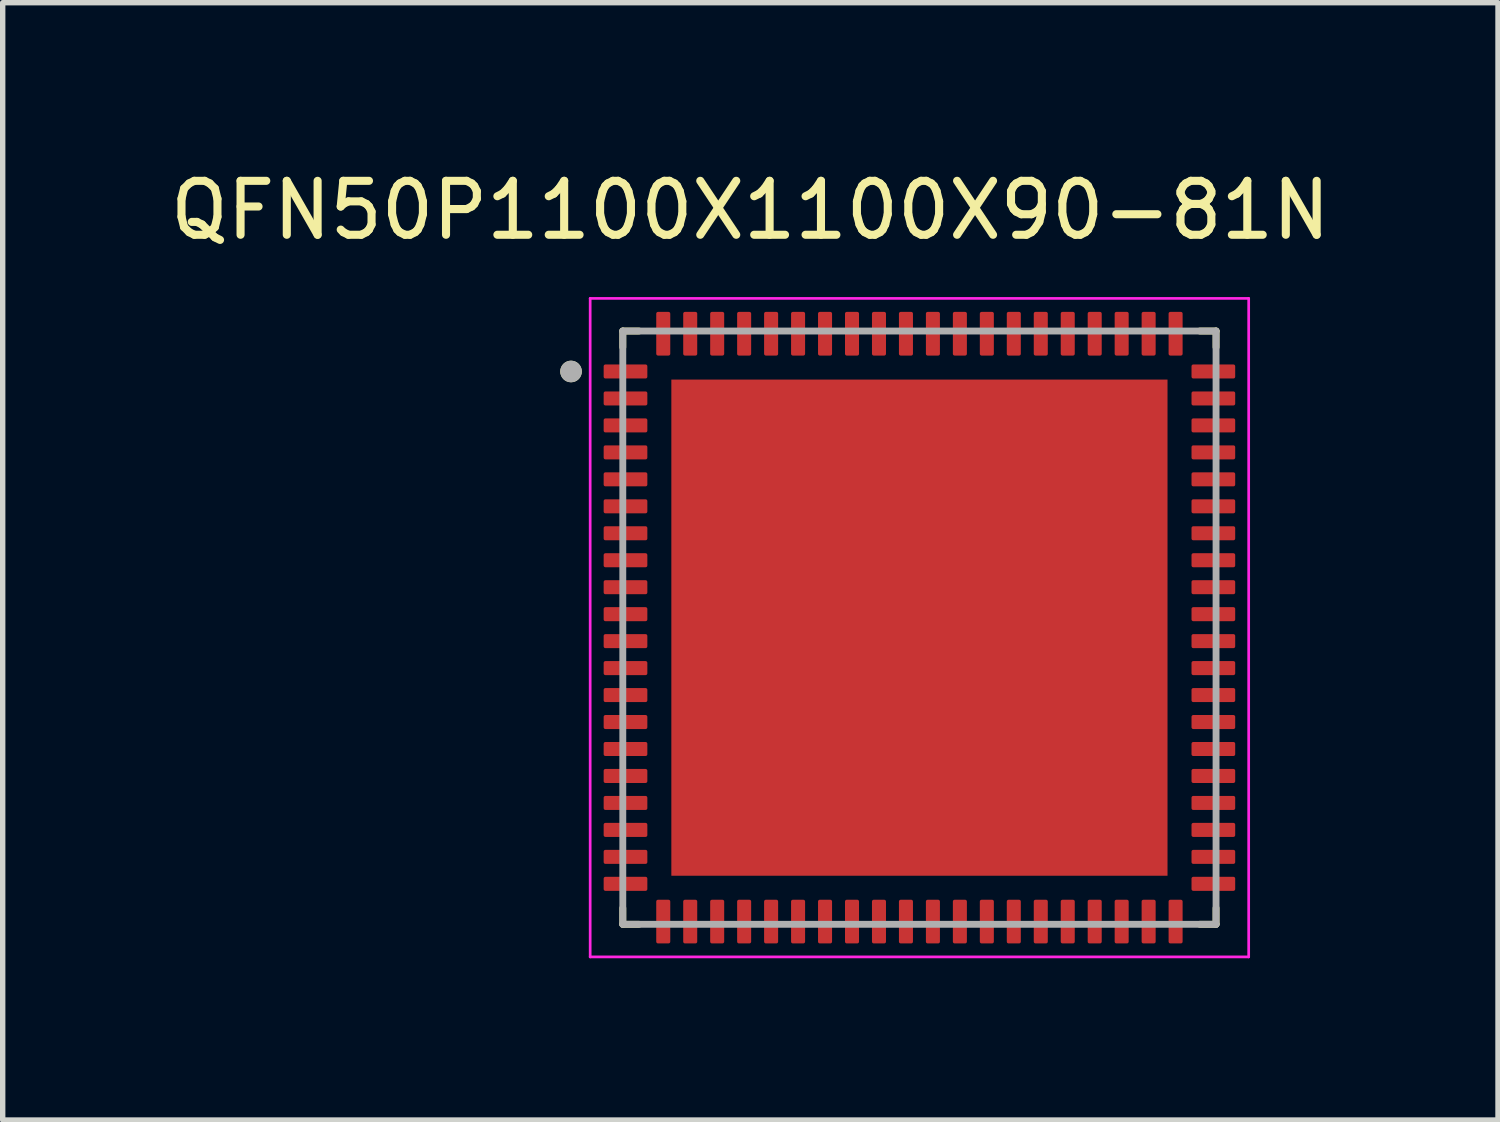
<source format=kicad_pcb>
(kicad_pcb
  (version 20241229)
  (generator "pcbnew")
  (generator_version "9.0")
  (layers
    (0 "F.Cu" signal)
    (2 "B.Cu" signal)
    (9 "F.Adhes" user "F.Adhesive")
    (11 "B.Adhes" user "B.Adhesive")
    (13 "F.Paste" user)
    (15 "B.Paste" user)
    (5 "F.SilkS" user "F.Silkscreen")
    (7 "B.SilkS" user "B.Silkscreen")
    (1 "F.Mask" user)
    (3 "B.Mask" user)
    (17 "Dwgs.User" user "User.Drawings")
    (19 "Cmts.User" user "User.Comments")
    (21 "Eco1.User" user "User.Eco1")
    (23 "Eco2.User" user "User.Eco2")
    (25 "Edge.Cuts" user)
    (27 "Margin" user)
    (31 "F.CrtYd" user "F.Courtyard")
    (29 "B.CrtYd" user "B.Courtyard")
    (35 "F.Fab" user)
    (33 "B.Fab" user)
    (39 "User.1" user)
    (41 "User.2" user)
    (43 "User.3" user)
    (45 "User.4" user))
  (footprint "QFN50P1100X1100X90-81N"
    (layer "F.Cu")
    (at 13.998 8.588)
    (property "Reference" "QFN50P1100X1100X90-81N" (at -3.135 -7.74 0) (layer "F.SilkS") (effects (font (size 1 1) (thickness 0.15))))
    (attr smd)
    (fp_line (start -5.5 -5.5) (end -5.5 -5.2) (stroke (width 0.127) (type solid)) (layer "F.SilkS"))
    (fp_line (start -5.5 -5.5) (end -5.2 -5.5) (stroke (width 0.127) (type solid)) (layer "F.SilkS"))
    (fp_line (start -5.5 5.5) (end -5.5 5.2) (stroke (width 0.127) (type solid)) (layer "F.SilkS"))
    (fp_line (start -5.5 5.5) (end -5.2 5.5) (stroke (width 0.127) (type solid)) (layer "F.SilkS"))
    (fp_line (start 5.5 -5.5) (end 5.2 -5.5) (stroke (width 0.127) (type solid)) (layer "F.SilkS"))
    (fp_line (start 5.5 -5.5) (end 5.5 -5.2) (stroke (width 0.127) (type solid)) (layer "F.SilkS"))
    (fp_line (start 5.5 5.5) (end 5.2 5.5) (stroke (width 0.127) (type solid)) (layer "F.SilkS"))
    (fp_line (start 5.5 5.5) (end 5.5 5.2) (stroke (width 0.127) (type solid)) (layer "F.SilkS"))
    (fp_circle (center -6.46 -4.75) (end -6.36 -4.75) (stroke (width 0.2) (type solid)) (fill no) (layer "F.SilkS"))
    (fp_poly (pts (xy -4.18 -4.18) (xy -2.72 -4.18) (xy -2.72 -2.72) (xy -4.18 -2.72)) (stroke (width 0.01) (type solid)) (fill yes) (layer "F.Paste"))
    (fp_poly (pts (xy -4.18 -1.88) (xy -2.72 -1.88) (xy -2.72 -0.42) (xy -4.18 -0.42)) (stroke (width 0.01) (type solid)) (fill yes) (layer "F.Paste"))
    (fp_poly (pts (xy -4.18 0.42) (xy -2.72 0.42) (xy -2.72 1.88) (xy -4.18 1.88)) (stroke (width 0.01) (type solid)) (fill yes) (layer "F.Paste"))
    (fp_poly (pts (xy -4.18 2.72) (xy -2.72 2.72) (xy -2.72 4.18) (xy -4.18 4.18)) (stroke (width 0.01) (type solid)) (fill yes) (layer "F.Paste"))
    (fp_poly (pts (xy -1.88 -4.18) (xy -0.42 -4.18) (xy -0.42 -2.72) (xy -1.88 -2.72)) (stroke (width 0.01) (type solid)) (fill yes) (layer "F.Paste"))
    (fp_poly (pts (xy -1.88 -1.88) (xy -0.42 -1.88) (xy -0.42 -0.42) (xy -1.88 -0.42)) (stroke (width 0.01) (type solid)) (fill yes) (layer "F.Paste"))
    (fp_poly (pts (xy -1.88 0.42) (xy -0.42 0.42) (xy -0.42 1.88) (xy -1.88 1.88)) (stroke (width 0.01) (type solid)) (fill yes) (layer "F.Paste"))
    (fp_poly (pts (xy -1.88 2.72) (xy -0.42 2.72) (xy -0.42 4.18) (xy -1.88 4.18)) (stroke (width 0.01) (type solid)) (fill yes) (layer "F.Paste"))
    (fp_poly (pts (xy 0.42 -4.18) (xy 1.88 -4.18) (xy 1.88 -2.72) (xy 0.42 -2.72)) (stroke (width 0.01) (type solid)) (fill yes) (layer "F.Paste"))
    (fp_poly (pts (xy 0.42 -1.88) (xy 1.88 -1.88) (xy 1.88 -0.42) (xy 0.42 -0.42)) (stroke (width 0.01) (type solid)) (fill yes) (layer "F.Paste"))
    (fp_poly (pts (xy 0.42 0.42) (xy 1.88 0.42) (xy 1.88 1.88) (xy 0.42 1.88)) (stroke (width 0.01) (type solid)) (fill yes) (layer "F.Paste"))
    (fp_poly (pts (xy 0.42 2.72) (xy 1.88 2.72) (xy 1.88 4.18) (xy 0.42 4.18)) (stroke (width 0.01) (type solid)) (fill yes) (layer "F.Paste"))
    (fp_poly (pts (xy 2.72 -4.18) (xy 4.18 -4.18) (xy 4.18 -2.72) (xy 2.72 -2.72)) (stroke (width 0.01) (type solid)) (fill yes) (layer "F.Paste"))
    (fp_poly (pts (xy 2.72 -1.88) (xy 4.18 -1.88) (xy 4.18 -0.42) (xy 2.72 -0.42)) (stroke (width 0.01) (type solid)) (fill yes) (layer "F.Paste"))
    (fp_poly (pts (xy 2.72 0.42) (xy 4.18 0.42) (xy 4.18 1.88) (xy 2.72 1.88)) (stroke (width 0.01) (type solid)) (fill yes) (layer "F.Paste"))
    (fp_poly (pts (xy 2.72 2.72) (xy 4.18 2.72) (xy 4.18 4.18) (xy 2.72 4.18)) (stroke (width 0.01) (type solid)) (fill yes) (layer "F.Paste"))
    (fp_line (start -6.105 -6.105) (end 6.105 -6.105) (stroke (width 0.05) (type solid)) (layer "F.CrtYd"))
    (fp_line (start -6.105 6.105) (end -6.105 -6.105) (stroke (width 0.05) (type solid)) (layer "F.CrtYd"))
    (fp_line (start -6.105 6.105) (end 6.105 6.105) (stroke (width 0.05) (type solid)) (layer "F.CrtYd"))
    (fp_line (start 6.105 6.105) (end 6.105 -6.105) (stroke (width 0.05) (type solid)) (layer "F.CrtYd"))
    (fp_line (start -5.5 5.5) (end -5.5 -5.5) (stroke (width 0.127) (type solid)) (layer "F.Fab"))
    (fp_line (start 5.5 -5.5) (end -5.5 -5.5) (stroke (width 0.127) (type solid)) (layer "F.Fab"))
    (fp_line (start 5.5 5.5) (end -5.5 5.5) (stroke (width 0.127) (type solid)) (layer "F.Fab"))
    (fp_line (start 5.5 5.5) (end 5.5 -5.5) (stroke (width 0.127) (type solid)) (layer "F.Fab"))
    (fp_circle (center -6.46 -4.75) (end -6.36 -4.75) (stroke (width 0.2) (type solid)) (fill no) (layer "F.Fab"))
    (pad "1" smd roundrect (at -5.45 -4.75) (size 0.81 0.26) (layers "F.Cu" "F.Mask" "F.Paste") (roundrect_rratio 0.125))
    (pad "2" smd roundrect (at -5.45 -4.25) (size 0.81 0.26) (layers "F.Cu" "F.Mask" "F.Paste") (roundrect_rratio 0.125))
    (pad "3" smd roundrect (at -5.45 -3.75) (size 0.81 0.26) (layers "F.Cu" "F.Mask" "F.Paste") (roundrect_rratio 0.125))
    (pad "4" smd roundrect (at -5.45 -3.25) (size 0.81 0.26) (layers "F.Cu" "F.Mask" "F.Paste") (roundrect_rratio 0.125))
    (pad "5" smd roundrect (at -5.45 -2.75) (size 0.81 0.26) (layers "F.Cu" "F.Mask" "F.Paste") (roundrect_rratio 0.125))
    (pad "6" smd roundrect (at -5.45 -2.25) (size 0.81 0.26) (layers "F.Cu" "F.Mask" "F.Paste") (roundrect_rratio 0.125))
    (pad "7" smd roundrect (at -5.45 -1.75) (size 0.81 0.26) (layers "F.Cu" "F.Mask" "F.Paste") (roundrect_rratio 0.125))
    (pad "8" smd roundrect (at -5.45 -1.25) (size 0.81 0.26) (layers "F.Cu" "F.Mask" "F.Paste") (roundrect_rratio 0.125))
    (pad "9" smd roundrect (at -5.45 -0.75) (size 0.81 0.26) (layers "F.Cu" "F.Mask" "F.Paste") (roundrect_rratio 0.125))
    (pad "10" smd roundrect (at -5.45 -0.25) (size 0.81 0.26) (layers "F.Cu" "F.Mask" "F.Paste") (roundrect_rratio 0.125))
    (pad "11" smd roundrect (at -5.45 0.25) (size 0.81 0.26) (layers "F.Cu" "F.Mask" "F.Paste") (roundrect_rratio 0.125))
    (pad "12" smd roundrect (at -5.45 0.75) (size 0.81 0.26) (layers "F.Cu" "F.Mask" "F.Paste") (roundrect_rratio 0.125))
    (pad "13" smd roundrect (at -5.45 1.25) (size 0.81 0.26) (layers "F.Cu" "F.Mask" "F.Paste") (roundrect_rratio 0.125))
    (pad "14" smd roundrect (at -5.45 1.75) (size 0.81 0.26) (layers "F.Cu" "F.Mask" "F.Paste") (roundrect_rratio 0.125))
    (pad "15" smd roundrect (at -5.45 2.25) (size 0.81 0.26) (layers "F.Cu" "F.Mask" "F.Paste") (roundrect_rratio 0.125))
    (pad "16" smd roundrect (at -5.45 2.75) (size 0.81 0.26) (layers "F.Cu" "F.Mask" "F.Paste") (roundrect_rratio 0.125))
    (pad "17" smd roundrect (at -5.45 3.25) (size 0.81 0.26) (layers "F.Cu" "F.Mask" "F.Paste") (roundrect_rratio 0.125))
    (pad "18" smd roundrect (at -5.45 3.75) (size 0.81 0.26) (layers "F.Cu" "F.Mask" "F.Paste") (roundrect_rratio 0.125))
    (pad "19" smd roundrect (at -5.45 4.25) (size 0.81 0.26) (layers "F.Cu" "F.Mask" "F.Paste") (roundrect_rratio 0.125))
    (pad "20" smd roundrect (at -5.45 4.75) (size 0.81 0.26) (layers "F.Cu" "F.Mask" "F.Paste") (roundrect_rratio 0.125))
    (pad "21" smd roundrect (at -4.75 5.45) (size 0.26 0.81) (layers "F.Cu" "F.Mask" "F.Paste") (roundrect_rratio 0.125))
    (pad "22" smd roundrect (at -4.25 5.45) (size 0.26 0.81) (layers "F.Cu" "F.Mask" "F.Paste") (roundrect_rratio 0.125))
    (pad "23" smd roundrect (at -3.75 5.45) (size 0.26 0.81) (layers "F.Cu" "F.Mask" "F.Paste") (roundrect_rratio 0.125))
    (pad "24" smd roundrect (at -3.25 5.45) (size 0.26 0.81) (layers "F.Cu" "F.Mask" "F.Paste") (roundrect_rratio 0.125))
    (pad "25" smd roundrect (at -2.75 5.45) (size 0.26 0.81) (layers "F.Cu" "F.Mask" "F.Paste") (roundrect_rratio 0.125))
    (pad "26" smd roundrect (at -2.25 5.45) (size 0.26 0.81) (layers "F.Cu" "F.Mask" "F.Paste") (roundrect_rratio 0.125))
    (pad "27" smd roundrect (at -1.75 5.45) (size 0.26 0.81) (layers "F.Cu" "F.Mask" "F.Paste") (roundrect_rratio 0.125))
    (pad "28" smd roundrect (at -1.25 5.45) (size 0.26 0.81) (layers "F.Cu" "F.Mask" "F.Paste") (roundrect_rratio 0.125))
    (pad "29" smd roundrect (at -0.75 5.45) (size 0.26 0.81) (layers "F.Cu" "F.Mask" "F.Paste") (roundrect_rratio 0.125))
    (pad "30" smd roundrect (at -0.25 5.45) (size 0.26 0.81) (layers "F.Cu" "F.Mask" "F.Paste") (roundrect_rratio 0.125))
    (pad "31" smd roundrect (at 0.25 5.45) (size 0.26 0.81) (layers "F.Cu" "F.Mask" "F.Paste") (roundrect_rratio 0.125))
    (pad "32" smd roundrect (at 0.75 5.45) (size 0.26 0.81) (layers "F.Cu" "F.Mask" "F.Paste") (roundrect_rratio 0.125))
    (pad "33" smd roundrect (at 1.25 5.45) (size 0.26 0.81) (layers "F.Cu" "F.Mask" "F.Paste") (roundrect_rratio 0.125))
    (pad "34" smd roundrect (at 1.75 5.45) (size 0.26 0.81) (layers "F.Cu" "F.Mask" "F.Paste") (roundrect_rratio 0.125))
    (pad "35" smd roundrect (at 2.25 5.45) (size 0.26 0.81) (layers "F.Cu" "F.Mask" "F.Paste") (roundrect_rratio 0.125))
    (pad "36" smd roundrect (at 2.75 5.45) (size 0.26 0.81) (layers "F.Cu" "F.Mask" "F.Paste") (roundrect_rratio 0.125))
    (pad "37" smd roundrect (at 3.25 5.45) (size 0.26 0.81) (layers "F.Cu" "F.Mask" "F.Paste") (roundrect_rratio 0.125))
    (pad "38" smd roundrect (at 3.75 5.45) (size 0.26 0.81) (layers "F.Cu" "F.Mask" "F.Paste") (roundrect_rratio 0.125))
    (pad "39" smd roundrect (at 4.25 5.45) (size 0.26 0.81) (layers "F.Cu" "F.Mask" "F.Paste") (roundrect_rratio 0.125))
    (pad "40" smd roundrect (at 4.75 5.45) (size 0.26 0.81) (layers "F.Cu" "F.Mask" "F.Paste") (roundrect_rratio 0.125))
    (pad "41" smd roundrect (at 5.45 4.75) (size 0.81 0.26) (layers "F.Cu" "F.Mask" "F.Paste") (roundrect_rratio 0.125))
    (pad "42" smd roundrect (at 5.45 4.25) (size 0.81 0.26) (layers "F.Cu" "F.Mask" "F.Paste") (roundrect_rratio 0.125))
    (pad "43" smd roundrect (at 5.45 3.75) (size 0.81 0.26) (layers "F.Cu" "F.Mask" "F.Paste") (roundrect_rratio 0.125))
    (pad "44" smd roundrect (at 5.45 3.25) (size 0.81 0.26) (layers "F.Cu" "F.Mask" "F.Paste") (roundrect_rratio 0.125))
    (pad "45" smd roundrect (at 5.45 2.75) (size 0.81 0.26) (layers "F.Cu" "F.Mask" "F.Paste") (roundrect_rratio 0.125))
    (pad "46" smd roundrect (at 5.45 2.25) (size 0.81 0.26) (layers "F.Cu" "F.Mask" "F.Paste") (roundrect_rratio 0.125))
    (pad "47" smd roundrect (at 5.45 1.75) (size 0.81 0.26) (layers "F.Cu" "F.Mask" "F.Paste") (roundrect_rratio 0.125))
    (pad "48" smd roundrect (at 5.45 1.25) (size 0.81 0.26) (layers "F.Cu" "F.Mask" "F.Paste") (roundrect_rratio 0.125))
    (pad "49" smd roundrect (at 5.45 0.75) (size 0.81 0.26) (layers "F.Cu" "F.Mask" "F.Paste") (roundrect_rratio 0.125))
    (pad "50" smd roundrect (at 5.45 0.25) (size 0.81 0.26) (layers "F.Cu" "F.Mask" "F.Paste") (roundrect_rratio 0.125))
    (pad "51" smd roundrect (at 5.45 -0.25) (size 0.81 0.26) (layers "F.Cu" "F.Mask" "F.Paste") (roundrect_rratio 0.125))
    (pad "52" smd roundrect (at 5.45 -0.75) (size 0.81 0.26) (layers "F.Cu" "F.Mask" "F.Paste") (roundrect_rratio 0.125))
    (pad "53" smd roundrect (at 5.45 -1.25) (size 0.81 0.26) (layers "F.Cu" "F.Mask" "F.Paste") (roundrect_rratio 0.125))
    (pad "54" smd roundrect (at 5.45 -1.75) (size 0.81 0.26) (layers "F.Cu" "F.Mask" "F.Paste") (roundrect_rratio 0.125))
    (pad "55" smd roundrect (at 5.45 -2.25) (size 0.81 0.26) (layers "F.Cu" "F.Mask" "F.Paste") (roundrect_rratio 0.125))
    (pad "56" smd roundrect (at 5.45 -2.75) (size 0.81 0.26) (layers "F.Cu" "F.Mask" "F.Paste") (roundrect_rratio 0.125))
    (pad "57" smd roundrect (at 5.45 -3.25) (size 0.81 0.26) (layers "F.Cu" "F.Mask" "F.Paste") (roundrect_rratio 0.125))
    (pad "58" smd roundrect (at 5.45 -3.75) (size 0.81 0.26) (layers "F.Cu" "F.Mask" "F.Paste") (roundrect_rratio 0.125))
    (pad "59" smd roundrect (at 5.45 -4.25) (size 0.81 0.26) (layers "F.Cu" "F.Mask" "F.Paste") (roundrect_rratio 0.125))
    (pad "60" smd roundrect (at 5.45 -4.75) (size 0.81 0.26) (layers "F.Cu" "F.Mask" "F.Paste") (roundrect_rratio 0.125))
    (pad "61" smd roundrect (at 4.75 -5.45) (size 0.26 0.81) (layers "F.Cu" "F.Mask" "F.Paste") (roundrect_rratio 0.125))
    (pad "62" smd roundrect (at 4.25 -5.45) (size 0.26 0.81) (layers "F.Cu" "F.Mask" "F.Paste") (roundrect_rratio 0.125))
    (pad "63" smd roundrect (at 3.75 -5.45) (size 0.26 0.81) (layers "F.Cu" "F.Mask" "F.Paste") (roundrect_rratio 0.125))
    (pad "64" smd roundrect (at 3.25 -5.45) (size 0.26 0.81) (layers "F.Cu" "F.Mask" "F.Paste") (roundrect_rratio 0.125))
    (pad "65" smd roundrect (at 2.75 -5.45) (size 0.26 0.81) (layers "F.Cu" "F.Mask" "F.Paste") (roundrect_rratio 0.125))
    (pad "66" smd roundrect (at 2.25 -5.45) (size 0.26 0.81) (layers "F.Cu" "F.Mask" "F.Paste") (roundrect_rratio 0.125))
    (pad "67" smd roundrect (at 1.75 -5.45) (size 0.26 0.81) (layers "F.Cu" "F.Mask" "F.Paste") (roundrect_rratio 0.125))
    (pad "68" smd roundrect (at 1.25 -5.45) (size 0.26 0.81) (layers "F.Cu" "F.Mask" "F.Paste") (roundrect_rratio 0.125))
    (pad "69" smd roundrect (at 0.75 -5.45) (size 0.26 0.81) (layers "F.Cu" "F.Mask" "F.Paste") (roundrect_rratio 0.125))
    (pad "70" smd roundrect (at 0.25 -5.45) (size 0.26 0.81) (layers "F.Cu" "F.Mask" "F.Paste") (roundrect_rratio 0.125))
    (pad "71" smd roundrect (at -0.25 -5.45) (size 0.26 0.81) (layers "F.Cu" "F.Mask" "F.Paste") (roundrect_rratio 0.125))
    (pad "72" smd roundrect (at -0.75 -5.45) (size 0.26 0.81) (layers "F.Cu" "F.Mask" "F.Paste") (roundrect_rratio 0.125))
    (pad "73" smd roundrect (at -1.25 -5.45) (size 0.26 0.81) (layers "F.Cu" "F.Mask" "F.Paste") (roundrect_rratio 0.125))
    (pad "74" smd roundrect (at -1.75 -5.45) (size 0.26 0.81) (layers "F.Cu" "F.Mask" "F.Paste") (roundrect_rratio 0.125))
    (pad "75" smd roundrect (at -2.25 -5.45) (size 0.26 0.81) (layers "F.Cu" "F.Mask" "F.Paste") (roundrect_rratio 0.125))
    (pad "76" smd roundrect (at -2.75 -5.45) (size 0.26 0.81) (layers "F.Cu" "F.Mask" "F.Paste") (roundrect_rratio 0.125))
    (pad "77" smd roundrect (at -3.25 -5.45) (size 0.26 0.81) (layers "F.Cu" "F.Mask" "F.Paste") (roundrect_rratio 0.125))
    (pad "78" smd roundrect (at -3.75 -5.45) (size 0.26 0.81) (layers "F.Cu" "F.Mask" "F.Paste") (roundrect_rratio 0.125))
    (pad "79" smd roundrect (at -4.25 -5.45) (size 0.26 0.81) (layers "F.Cu" "F.Mask" "F.Paste") (roundrect_rratio 0.125))
    (pad "80" smd roundrect (at -4.75 -5.45) (size 0.26 0.81) (layers "F.Cu" "F.Mask" "F.Paste") (roundrect_rratio 0.125))
    (pad "81" smd rect (at 0 0) (size 9.2 9.2) (layers "F.Cu" "F.Mask")))
  (gr_rect
    (start -3 -3)
    (end 24.726 17.718)
    (stroke (width 0.1) (type default))
    (fill no)
    (layer "Edge.Cuts")))
</source>
